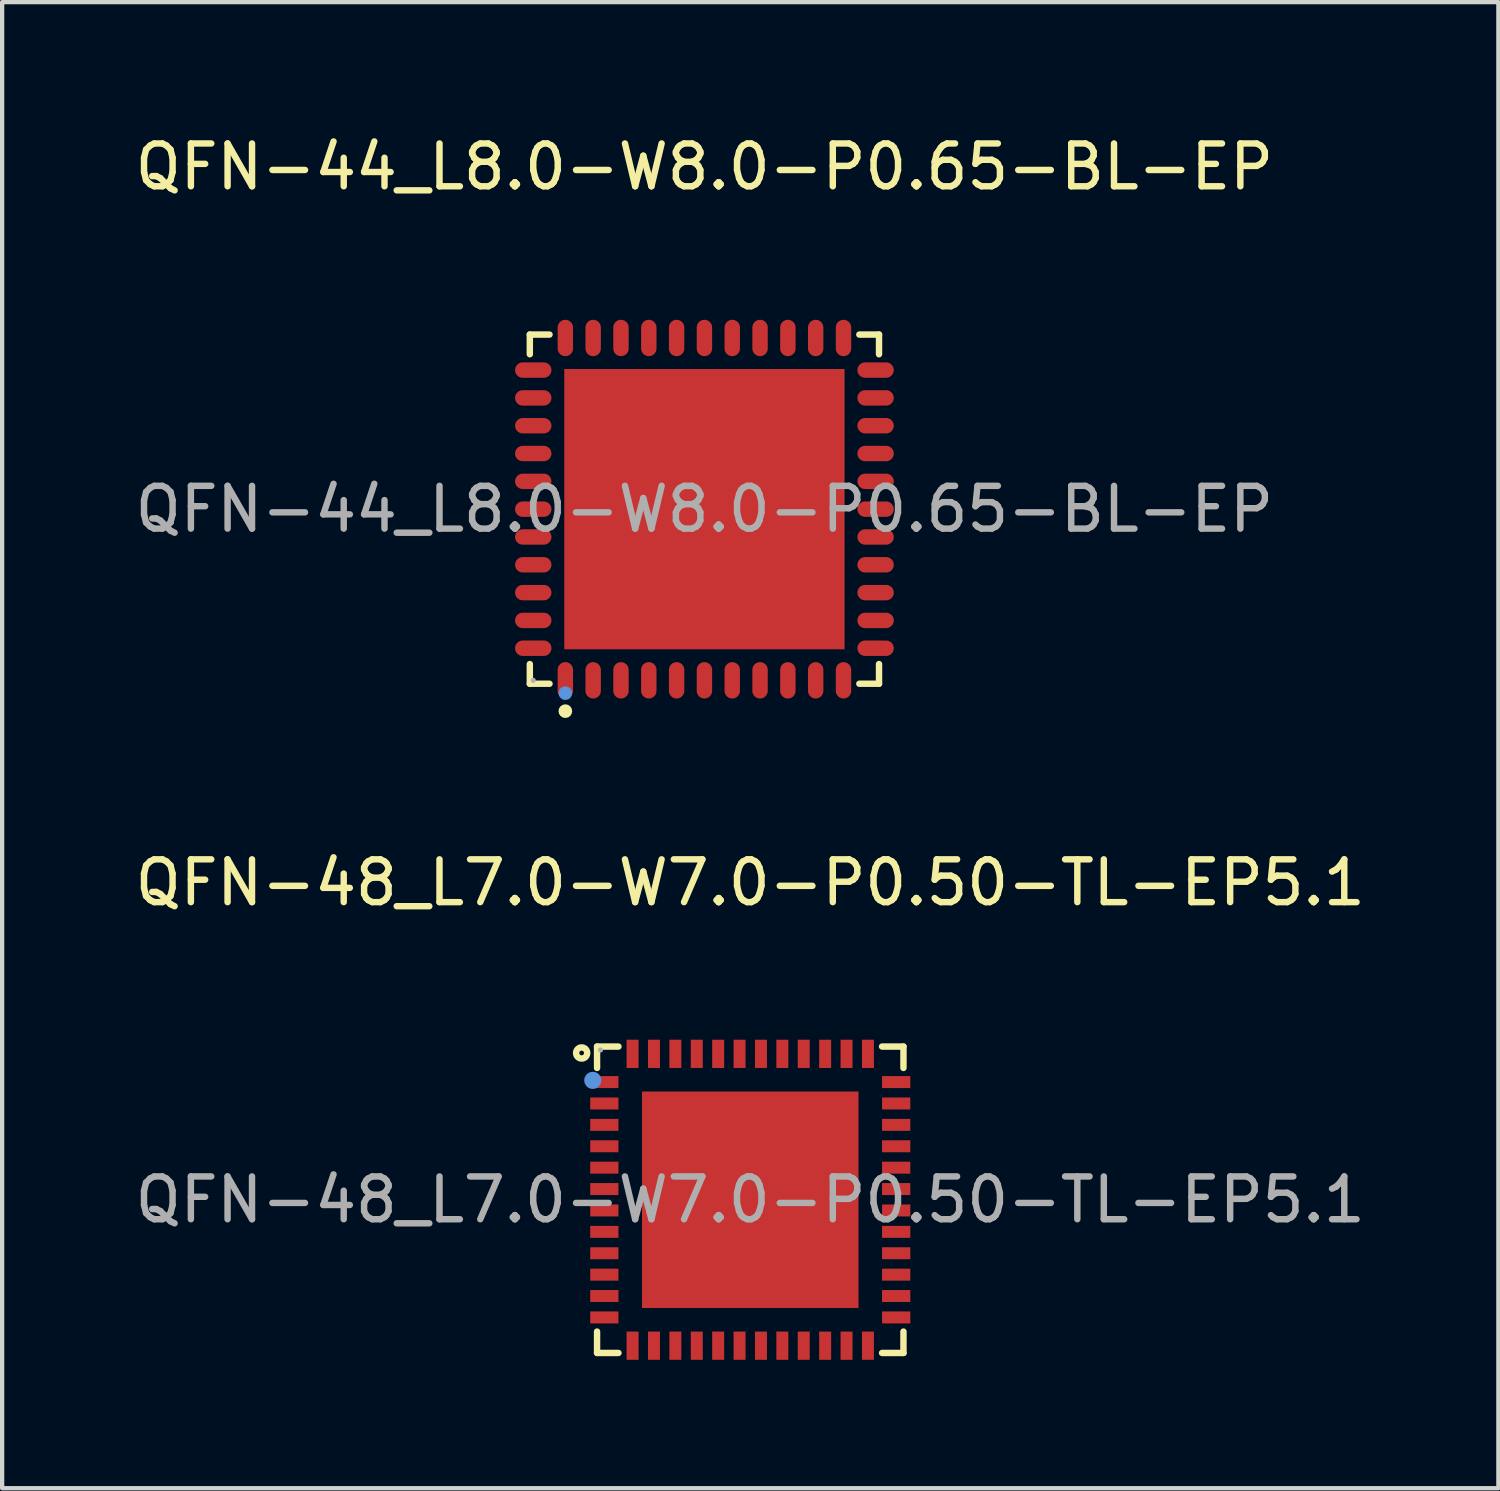
<source format=kicad_pcb>
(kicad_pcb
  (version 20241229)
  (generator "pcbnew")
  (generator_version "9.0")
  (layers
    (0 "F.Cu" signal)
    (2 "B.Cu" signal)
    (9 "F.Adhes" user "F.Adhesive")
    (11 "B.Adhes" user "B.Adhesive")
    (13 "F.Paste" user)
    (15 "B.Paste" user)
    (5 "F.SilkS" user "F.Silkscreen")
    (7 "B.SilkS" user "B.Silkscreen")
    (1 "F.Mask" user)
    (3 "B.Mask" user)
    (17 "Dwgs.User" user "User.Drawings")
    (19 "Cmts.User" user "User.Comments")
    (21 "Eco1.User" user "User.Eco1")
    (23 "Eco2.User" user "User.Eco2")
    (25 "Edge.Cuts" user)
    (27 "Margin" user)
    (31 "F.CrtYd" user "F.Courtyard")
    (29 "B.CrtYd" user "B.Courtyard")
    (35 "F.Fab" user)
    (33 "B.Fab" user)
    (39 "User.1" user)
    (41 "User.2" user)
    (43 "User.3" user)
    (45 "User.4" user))
  (footprint "QFN-44_L8.0-W8.0-P0.65-BL-EP"
    (layer "F.Cu")
    (at 13.411 8.848)
    (property "Reference" "QFN-44_L8.0-W8.0-P0.65-BL-EP" (at 0 -8 0) (layer "F.SilkS") (effects (font (size 1 1) (thickness 0.15))))
    (attr through_hole)
    (fp_line (start -4.08 -4.08) (end -3.62 -4.08) (stroke (width 0.15) (type solid)) (layer "F.SilkS"))
    (fp_line (start -4.08 -3.62) (end -4.08 -4.08) (stroke (width 0.15) (type solid)) (layer "F.SilkS"))
    (fp_line (start -4.08 3.62) (end -4.08 4.08) (stroke (width 0.15) (type solid)) (layer "F.SilkS"))
    (fp_line (start -4.08 4.08) (end -3.62 4.08) (stroke (width 0.15) (type solid)) (layer "F.SilkS"))
    (fp_line (start 4.08 -4.08) (end 3.62 -4.08) (stroke (width 0.15) (type solid)) (layer "F.SilkS"))
    (fp_line (start 4.08 -3.62) (end 4.08 -4.08) (stroke (width 0.15) (type solid)) (layer "F.SilkS"))
    (fp_line (start 4.08 3.62) (end 4.08 4.08) (stroke (width 0.15) (type solid)) (layer "F.SilkS"))
    (fp_line (start 4.08 4.08) (end 3.62 4.08) (stroke (width 0.15) (type solid)) (layer "F.SilkS"))
    (fp_circle (center -3.25 4.72) (end -3.17 4.72) (stroke (width 0.16) (type solid)) (fill no) (layer "F.SilkS"))
    (fp_circle (center -3.25 4.3) (end -3.17 4.3) (stroke (width 0.16) (type solid)) (fill no) (layer "Cmts.User"))
    (fp_circle (center -4 4) (end -3.97 4) (stroke (width 0.06) (type solid)) (fill no) (layer "F.Fab"))
    (fp_text user "${REFERENCE}" (at 0 0 0) (layer "F.Fab") (effects (font (size 1 1) (thickness 0.15))))
    (pad "1" smd oval (at -3.25 4) (size 0.36 0.85) (layers "F.Cu" "F.Mask" "F.Paste"))
    (pad "2" smd oval (at -2.6 4) (size 0.36 0.85) (layers "F.Cu" "F.Mask" "F.Paste"))
    (pad "3" smd oval (at -1.95 4) (size 0.36 0.85) (layers "F.Cu" "F.Mask" "F.Paste"))
    (pad "4" smd oval (at -1.3 4) (size 0.36 0.85) (layers "F.Cu" "F.Mask" "F.Paste"))
    (pad "5" smd oval (at -0.65 4) (size 0.36 0.85) (layers "F.Cu" "F.Mask" "F.Paste"))
    (pad "6" smd oval (at 0 4) (size 0.36 0.85) (layers "F.Cu" "F.Mask" "F.Paste"))
    (pad "7" smd oval (at 0.65 4) (size 0.36 0.85) (layers "F.Cu" "F.Mask" "F.Paste"))
    (pad "8" smd oval (at 1.3 4) (size 0.36 0.85) (layers "F.Cu" "F.Mask" "F.Paste"))
    (pad "9" smd oval (at 1.95 4) (size 0.36 0.85) (layers "F.Cu" "F.Mask" "F.Paste"))
    (pad "10" smd oval (at 2.6 4) (size 0.36 0.85) (layers "F.Cu" "F.Mask" "F.Paste"))
    (pad "11" smd oval (at 3.25 4) (size 0.36 0.85) (layers "F.Cu" "F.Mask" "F.Paste"))
    (pad "12" smd oval (at 4 3.25) (size 0.85 0.36) (layers "F.Cu" "F.Mask" "F.Paste"))
    (pad "13" smd oval (at 4 2.6) (size 0.85 0.36) (layers "F.Cu" "F.Mask" "F.Paste"))
    (pad "14" smd oval (at 4 1.95) (size 0.85 0.36) (layers "F.Cu" "F.Mask" "F.Paste"))
    (pad "15" smd oval (at 4 1.3) (size 0.85 0.36) (layers "F.Cu" "F.Mask" "F.Paste"))
    (pad "16" smd oval (at 4 0.65) (size 0.85 0.36) (layers "F.Cu" "F.Mask" "F.Paste"))
    (pad "17" smd oval (at 4 0) (size 0.85 0.36) (layers "F.Cu" "F.Mask" "F.Paste"))
    (pad "18" smd oval (at 4 -0.65) (size 0.85 0.36) (layers "F.Cu" "F.Mask" "F.Paste"))
    (pad "19" smd oval (at 4 -1.3) (size 0.85 0.36) (layers "F.Cu" "F.Mask" "F.Paste"))
    (pad "20" smd oval (at 4 -1.95) (size 0.85 0.36) (layers "F.Cu" "F.Mask" "F.Paste"))
    (pad "21" smd oval (at 4 -2.6) (size 0.85 0.36) (layers "F.Cu" "F.Mask" "F.Paste"))
    (pad "22" smd oval (at 4 -3.25) (size 0.85 0.36) (layers "F.Cu" "F.Mask" "F.Paste"))
    (pad "23" smd oval (at 3.25 -4) (size 0.36 0.85) (layers "F.Cu" "F.Mask" "F.Paste"))
    (pad "24" smd oval (at 2.6 -4) (size 0.36 0.85) (layers "F.Cu" "F.Mask" "F.Paste"))
    (pad "25" smd oval (at 1.95 -4) (size 0.36 0.85) (layers "F.Cu" "F.Mask" "F.Paste"))
    (pad "26" smd oval (at 1.3 -4) (size 0.36 0.85) (layers "F.Cu" "F.Mask" "F.Paste"))
    (pad "27" smd oval (at 0.65 -4) (size 0.36 0.85) (layers "F.Cu" "F.Mask" "F.Paste"))
    (pad "28" smd oval (at 0 -4) (size 0.36 0.85) (layers "F.Cu" "F.Mask" "F.Paste"))
    (pad "29" smd oval (at -0.65 -4) (size 0.36 0.85) (layers "F.Cu" "F.Mask" "F.Paste"))
    (pad "30" smd oval (at -1.3 -4) (size 0.36 0.85) (layers "F.Cu" "F.Mask" "F.Paste"))
    (pad "31" smd oval (at -1.95 -4) (size 0.36 0.85) (layers "F.Cu" "F.Mask" "F.Paste"))
    (pad "32" smd oval (at -2.6 -4) (size 0.36 0.85) (layers "F.Cu" "F.Mask" "F.Paste"))
    (pad "33" smd oval (at -3.25 -4) (size 0.36 0.85) (layers "F.Cu" "F.Mask" "F.Paste"))
    (pad "34" smd oval (at -4 -3.25) (size 0.85 0.36) (layers "F.Cu" "F.Mask" "F.Paste"))
    (pad "35" smd oval (at -4 -2.6) (size 0.85 0.36) (layers "F.Cu" "F.Mask" "F.Paste"))
    (pad "36" smd oval (at -4 -1.95) (size 0.85 0.36) (layers "F.Cu" "F.Mask" "F.Paste"))
    (pad "37" smd oval (at -4 -1.3) (size 0.85 0.36) (layers "F.Cu" "F.Mask" "F.Paste"))
    (pad "38" smd oval (at -4 -0.65) (size 0.85 0.36) (layers "F.Cu" "F.Mask" "F.Paste"))
    (pad "39" smd oval (at -4 0) (size 0.85 0.36) (layers "F.Cu" "F.Mask" "F.Paste"))
    (pad "40" smd oval (at -4 0.65) (size 0.85 0.36) (layers "F.Cu" "F.Mask" "F.Paste"))
    (pad "41" smd oval (at -4 1.3) (size 0.85 0.36) (layers "F.Cu" "F.Mask" "F.Paste"))
    (pad "42" smd oval (at -4 1.95) (size 0.85 0.36) (layers "F.Cu" "F.Mask" "F.Paste"))
    (pad "43" smd oval (at -4 2.6) (size 0.85 0.36) (layers "F.Cu" "F.Mask" "F.Paste"))
    (pad "44" smd oval (at -4 3.25) (size 0.85 0.36) (layers "F.Cu" "F.Mask" "F.Paste"))
    (pad "45" smd rect (at 0 0) (size 6.55 6.55) (layers "F.Cu" "F.Mask" "F.Paste")))
  (footprint "QFN-48_L7.0-W7.0-P0.50-TL-EP5.1"
    (layer "F.Cu")
    (at 14.482 24.986)
    (property "Reference" "QFN-48_L7.0-W7.0-P0.50-TL-EP5.1" (at 0 -7.41 0) (layer "F.SilkS") (effects (font (size 1 1) (thickness 0.15))))
    (attr through_hole)
    (fp_line (start -3.58 -3.58) (end -3.58 -3.08) (stroke (width 0.15) (type solid)) (layer "F.SilkS"))
    (fp_line (start -3.58 3.58) (end -3.58 3.08) (stroke (width 0.15) (type solid)) (layer "F.SilkS"))
    (fp_line (start -3.08 -3.58) (end -3.58 -3.58) (stroke (width 0.15) (type solid)) (layer "F.SilkS"))
    (fp_line (start -3.08 3.58) (end -3.58 3.58) (stroke (width 0.15) (type solid)) (layer "F.SilkS"))
    (fp_line (start 3.08 -3.58) (end 3.58 -3.58) (stroke (width 0.15) (type solid)) (layer "F.SilkS"))
    (fp_line (start 3.08 3.58) (end 3.58 3.58) (stroke (width 0.15) (type solid)) (layer "F.SilkS"))
    (fp_line (start 3.58 -3.58) (end 3.58 -3.08) (stroke (width 0.15) (type solid)) (layer "F.SilkS"))
    (fp_line (start 3.58 3.58) (end 3.58 3.08) (stroke (width 0.15) (type solid)) (layer "F.SilkS"))
    (fp_circle (center -3.94 -3.43) (end -3.81 -3.43) (stroke (width 0.15) (type solid)) (fill no) (layer "F.SilkS"))
    (fp_circle (center -3.68 -2.79) (end -3.58 -2.79) (stroke (width 0.2) (type solid)) (fill no) (layer "Cmts.User"))
    (fp_circle (center -3.5 -3.5) (end -3.47 -3.5) (stroke (width 0.06) (type solid)) (fill no) (layer "F.Fab"))
    (fp_text user "${REFERENCE}" (at 0 0 0) (layer "F.Fab") (effects (font (size 1 1) (thickness 0.15))))
    (pad "1" smd rect (at -3.41 -2.75) (size 0.66 0.28) (layers "F.Cu" "F.Mask" "F.Paste"))
    (pad "2" smd rect (at -3.41 -2.25) (size 0.66 0.28) (layers "F.Cu" "F.Mask" "F.Paste"))
    (pad "3" smd rect (at -3.41 -1.75) (size 0.66 0.28) (layers "F.Cu" "F.Mask" "F.Paste"))
    (pad "4" smd rect (at -3.41 -1.25) (size 0.66 0.28) (layers "F.Cu" "F.Mask" "F.Paste"))
    (pad "5" smd rect (at -3.41 -0.75) (size 0.66 0.28) (layers "F.Cu" "F.Mask" "F.Paste"))
    (pad "6" smd rect (at -3.41 -0.25) (size 0.66 0.28) (layers "F.Cu" "F.Mask" "F.Paste"))
    (pad "7" smd rect (at -3.41 0.25) (size 0.66 0.28) (layers "F.Cu" "F.Mask" "F.Paste"))
    (pad "8" smd rect (at -3.41 0.75) (size 0.66 0.28) (layers "F.Cu" "F.Mask" "F.Paste"))
    (pad "9" smd rect (at -3.41 1.25) (size 0.66 0.28) (layers "F.Cu" "F.Mask" "F.Paste"))
    (pad "10" smd rect (at -3.41 1.75) (size 0.66 0.28) (layers "F.Cu" "F.Mask" "F.Paste"))
    (pad "11" smd rect (at -3.41 2.25) (size 0.66 0.28) (layers "F.Cu" "F.Mask" "F.Paste"))
    (pad "12" smd rect (at -3.41 2.75) (size 0.66 0.28) (layers "F.Cu" "F.Mask" "F.Paste"))
    (pad "13" smd rect (at -2.75 3.41) (size 0.28 0.66) (layers "F.Cu" "F.Mask" "F.Paste"))
    (pad "14" smd rect (at -2.25 3.41) (size 0.28 0.66) (layers "F.Cu" "F.Mask" "F.Paste"))
    (pad "15" smd rect (at -1.75 3.41) (size 0.28 0.66) (layers "F.Cu" "F.Mask" "F.Paste"))
    (pad "16" smd rect (at -1.25 3.41) (size 0.28 0.66) (layers "F.Cu" "F.Mask" "F.Paste"))
    (pad "17" smd rect (at -0.75 3.41) (size 0.28 0.66) (layers "F.Cu" "F.Mask" "F.Paste"))
    (pad "18" smd rect (at -0.25 3.41) (size 0.28 0.66) (layers "F.Cu" "F.Mask" "F.Paste"))
    (pad "19" smd rect (at 0.25 3.41) (size 0.28 0.66) (layers "F.Cu" "F.Mask" "F.Paste"))
    (pad "20" smd rect (at 0.75 3.41) (size 0.28 0.66) (layers "F.Cu" "F.Mask" "F.Paste"))
    (pad "21" smd rect (at 1.25 3.41) (size 0.28 0.66) (layers "F.Cu" "F.Mask" "F.Paste"))
    (pad "22" smd rect (at 1.75 3.41) (size 0.28 0.66) (layers "F.Cu" "F.Mask" "F.Paste"))
    (pad "23" smd rect (at 2.25 3.41) (size 0.28 0.66) (layers "F.Cu" "F.Mask" "F.Paste"))
    (pad "24" smd rect (at 2.75 3.41) (size 0.28 0.66) (layers "F.Cu" "F.Mask" "F.Paste"))
    (pad "25" smd rect (at 3.41 2.75) (size 0.66 0.28) (layers "F.Cu" "F.Mask" "F.Paste"))
    (pad "26" smd rect (at 3.41 2.25) (size 0.66 0.28) (layers "F.Cu" "F.Mask" "F.Paste"))
    (pad "27" smd rect (at 3.41 1.75) (size 0.66 0.28) (layers "F.Cu" "F.Mask" "F.Paste"))
    (pad "28" smd rect (at 3.41 1.25) (size 0.66 0.28) (layers "F.Cu" "F.Mask" "F.Paste"))
    (pad "29" smd rect (at 3.41 0.75) (size 0.66 0.28) (layers "F.Cu" "F.Mask" "F.Paste"))
    (pad "30" smd rect (at 3.41 0.25) (size 0.66 0.28) (layers "F.Cu" "F.Mask" "F.Paste"))
    (pad "31" smd rect (at 3.41 -0.25) (size 0.66 0.28) (layers "F.Cu" "F.Mask" "F.Paste"))
    (pad "32" smd rect (at 3.41 -0.75) (size 0.66 0.28) (layers "F.Cu" "F.Mask" "F.Paste"))
    (pad "33" smd rect (at 3.41 -1.25) (size 0.66 0.28) (layers "F.Cu" "F.Mask" "F.Paste"))
    (pad "34" smd rect (at 3.41 -1.75) (size 0.66 0.28) (layers "F.Cu" "F.Mask" "F.Paste"))
    (pad "35" smd rect (at 3.41 -2.25) (size 0.66 0.28) (layers "F.Cu" "F.Mask" "F.Paste"))
    (pad "36" smd rect (at 3.41 -2.75) (size 0.66 0.28) (layers "F.Cu" "F.Mask" "F.Paste"))
    (pad "37" smd rect (at 2.75 -3.41) (size 0.28 0.66) (layers "F.Cu" "F.Mask" "F.Paste"))
    (pad "38" smd rect (at 2.25 -3.41) (size 0.28 0.66) (layers "F.Cu" "F.Mask" "F.Paste"))
    (pad "39" smd rect (at 1.75 -3.41) (size 0.28 0.66) (layers "F.Cu" "F.Mask" "F.Paste"))
    (pad "40" smd rect (at 1.25 -3.41) (size 0.28 0.66) (layers "F.Cu" "F.Mask" "F.Paste"))
    (pad "41" smd rect (at 0.75 -3.41) (size 0.28 0.66) (layers "F.Cu" "F.Mask" "F.Paste"))
    (pad "42" smd rect (at 0.25 -3.41) (size 0.28 0.66) (layers "F.Cu" "F.Mask" "F.Paste"))
    (pad "43" smd rect (at -0.25 -3.41) (size 0.28 0.66) (layers "F.Cu" "F.Mask" "F.Paste"))
    (pad "44" smd rect (at -0.75 -3.41) (size 0.28 0.66) (layers "F.Cu" "F.Mask" "F.Paste"))
    (pad "45" smd rect (at -1.25 -3.41) (size 0.28 0.66) (layers "F.Cu" "F.Mask" "F.Paste"))
    (pad "46" smd rect (at -1.75 -3.41) (size 0.28 0.66) (layers "F.Cu" "F.Mask" "F.Paste"))
    (pad "47" smd rect (at -2.25 -3.41) (size 0.28 0.66) (layers "F.Cu" "F.Mask" "F.Paste"))
    (pad "48" smd rect (at -2.75 -3.41) (size 0.28 0.66) (layers "F.Cu" "F.Mask" "F.Paste"))
    (pad "49" smd rect (at 0 0) (size 5.06 5.06) (layers "F.Cu" "F.Mask" "F.Paste")))
  (gr_rect
    (start -3 -3)
    (end 31.964 31.727)
    (stroke (width 0.1) (type default))
    (fill no)
    (layer "Edge.Cuts")))
</source>
